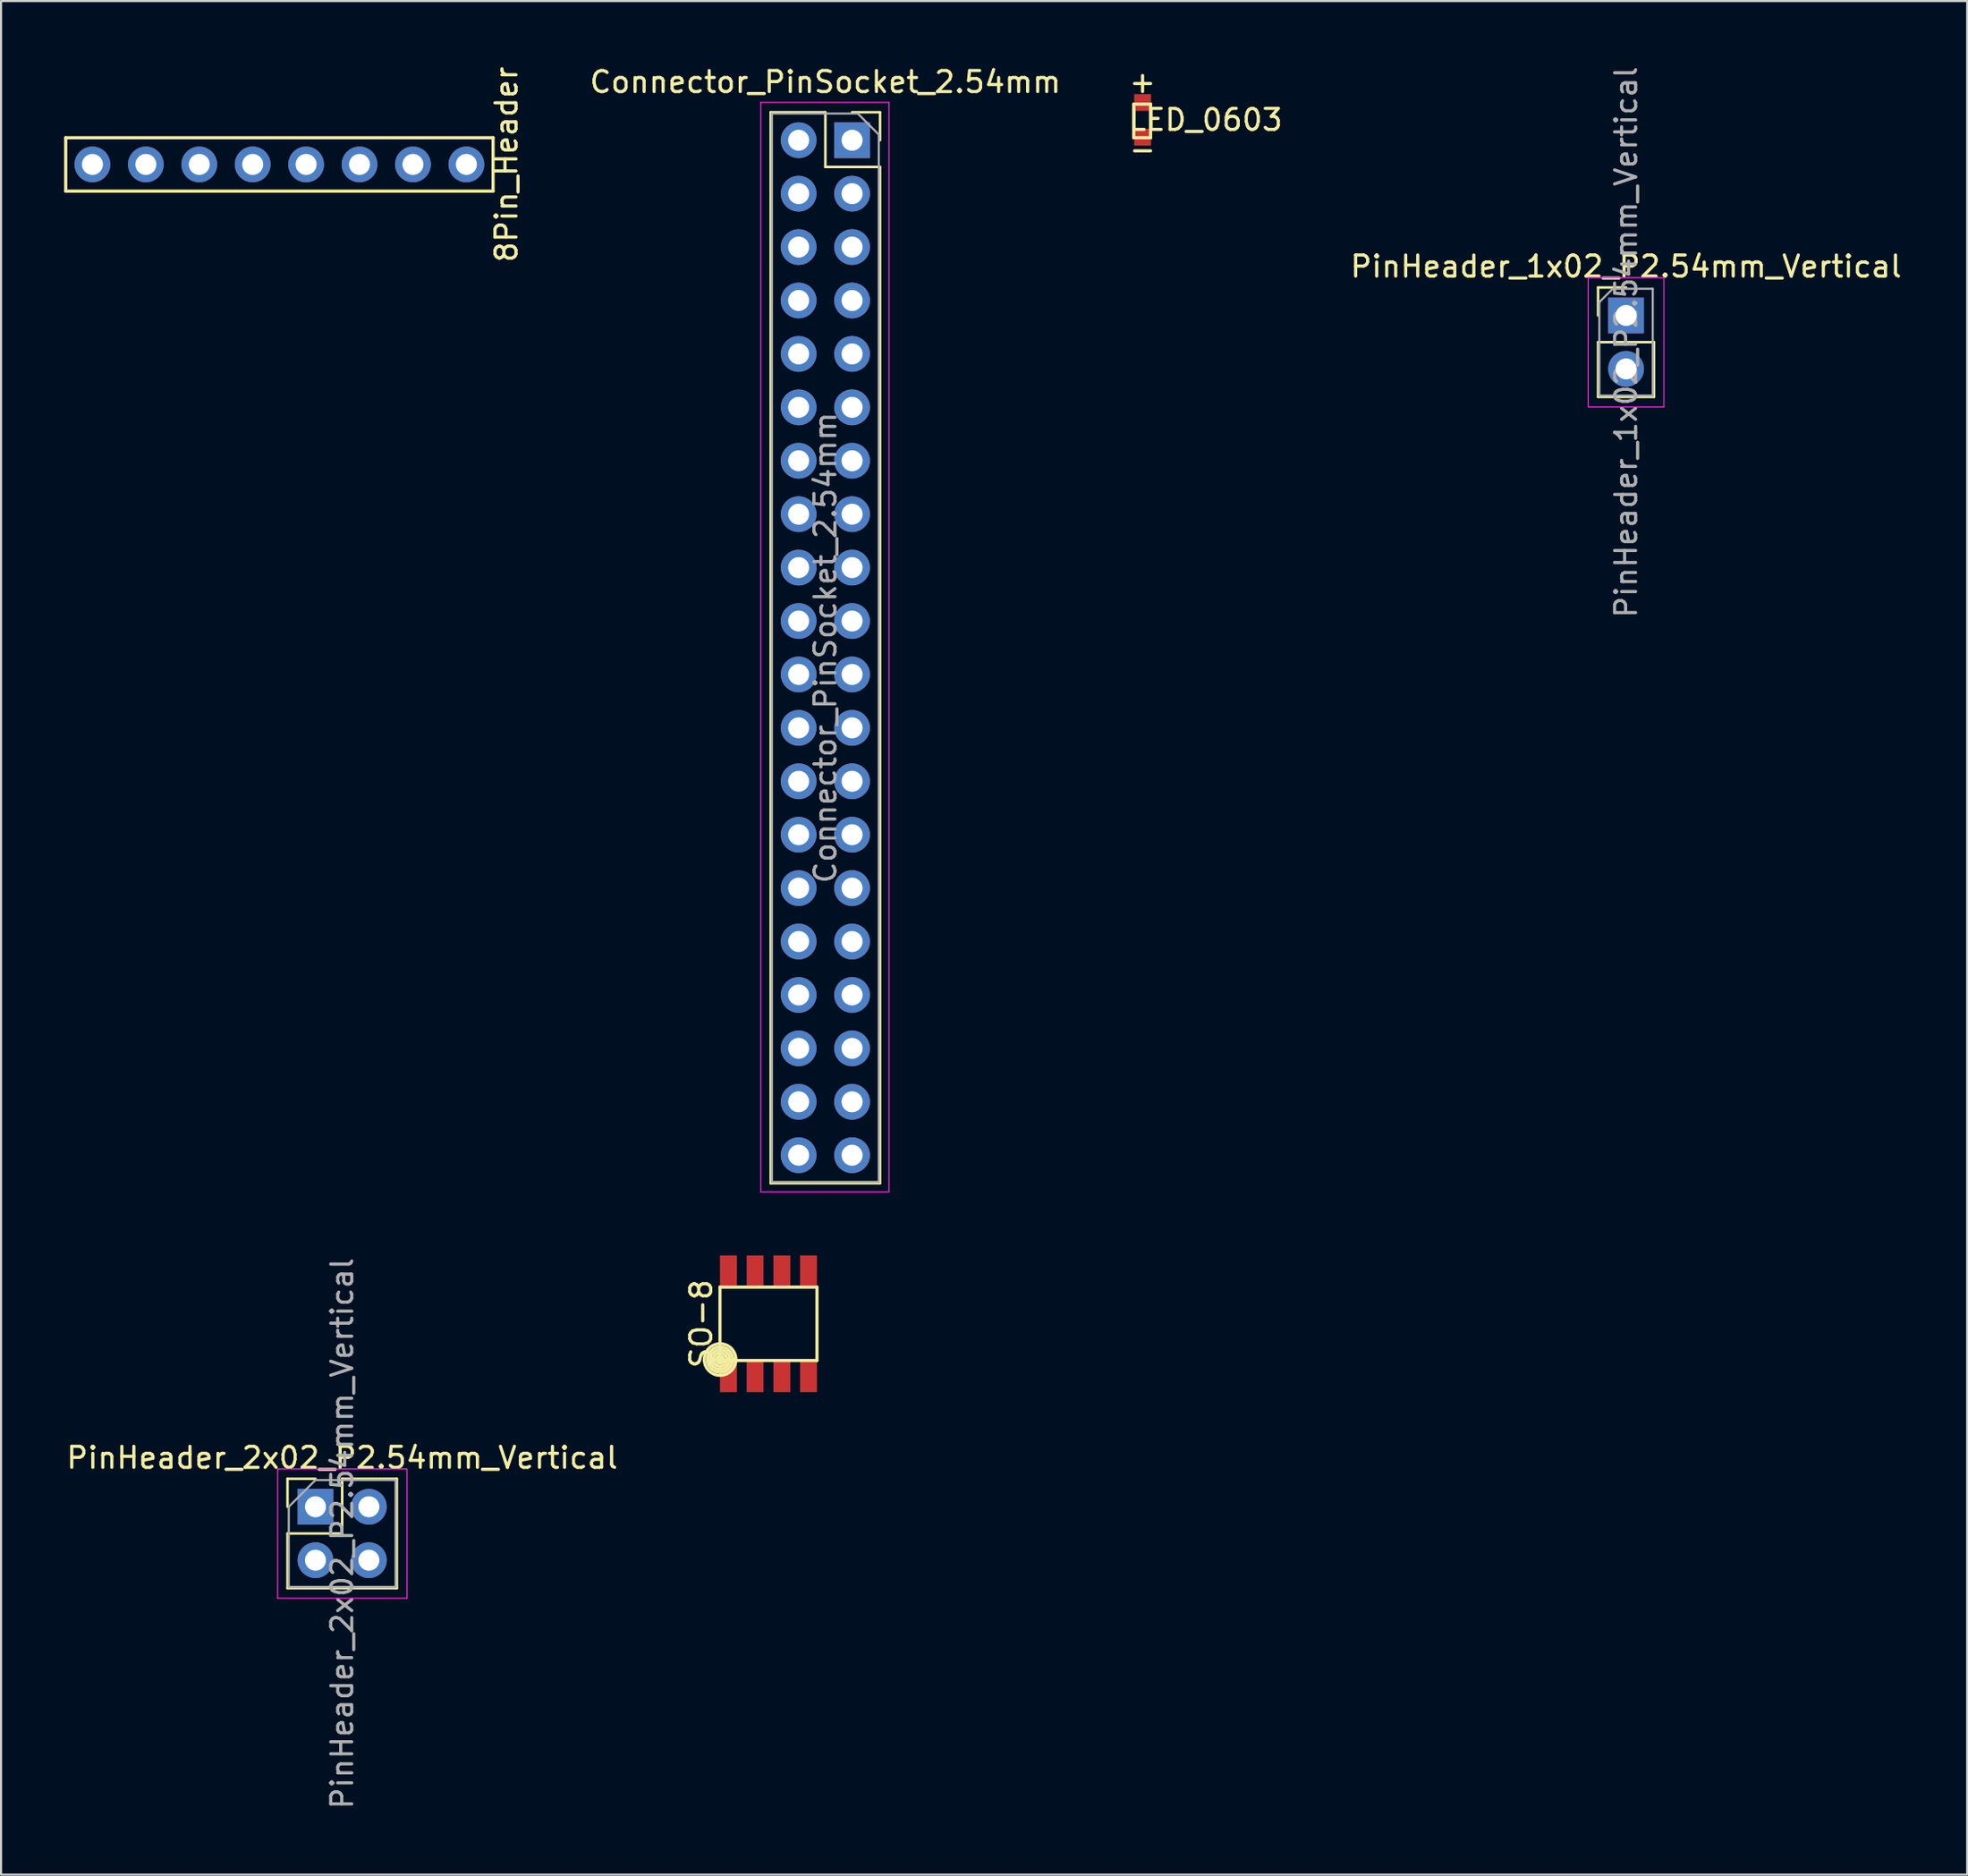
<source format=kicad_pcb>
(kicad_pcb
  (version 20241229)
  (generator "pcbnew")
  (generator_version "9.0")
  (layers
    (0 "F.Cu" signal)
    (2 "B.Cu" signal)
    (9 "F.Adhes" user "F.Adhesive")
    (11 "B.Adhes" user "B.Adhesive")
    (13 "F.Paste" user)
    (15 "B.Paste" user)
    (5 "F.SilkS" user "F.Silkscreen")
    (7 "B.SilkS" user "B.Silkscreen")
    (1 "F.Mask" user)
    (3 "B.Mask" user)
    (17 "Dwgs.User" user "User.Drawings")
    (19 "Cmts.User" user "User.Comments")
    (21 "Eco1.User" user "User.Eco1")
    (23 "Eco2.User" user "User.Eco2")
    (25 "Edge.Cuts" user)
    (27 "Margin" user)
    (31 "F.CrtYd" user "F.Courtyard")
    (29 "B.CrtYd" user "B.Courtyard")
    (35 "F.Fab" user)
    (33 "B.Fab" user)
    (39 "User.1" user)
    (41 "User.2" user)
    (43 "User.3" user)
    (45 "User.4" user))
  (footprint "8Pin_Header"
    (layer "F.Cu")
    (at 1.345 4.768)
    (property "Reference" "8Pin_Header" (at 19.685 0 90) (layer "F.SilkS") (effects (font (size 1 1) (thickness 0.15))))
    (attr through_hole)
    (fp_line (start -1.27 -1.27) (end -1.27 1.27) (stroke (width 0.15) (type solid)) (layer "F.SilkS"))
    (fp_line (start -1.27 1.27) (end 19.05 1.27) (stroke (width 0.15) (type solid)) (layer "F.SilkS"))
    (fp_line (start 19.05 -1.27) (end -1.27 -1.27) (stroke (width 0.15) (type solid)) (layer "F.SilkS"))
    (fp_line (start 19.05 1.27) (end 19.05 -1.27) (stroke (width 0.15) (type solid)) (layer "F.SilkS"))
    (pad "1" thru_hole circle (at 0 0) (size 1.7 1.7) (drill 1) (layers "*.Cu" "*.Mask"))
    (pad "2" thru_hole circle (at 2.54 0) (size 1.7 1.7) (drill 1) (layers "*.Cu" "*.Mask"))
    (pad "3" thru_hole circle (at 5.08 0) (size 1.7 1.7) (drill 1) (layers "*.Cu" "*.Mask"))
    (pad "4" thru_hole circle (at 7.62 0) (size 1.7 1.7) (drill 1) (layers "*.Cu" "*.Mask"))
    (pad "5" thru_hole circle (at 10.16 0) (size 1.7 1.7) (drill 1) (layers "*.Cu" "*.Mask"))
    (pad "6" thru_hole circle (at 12.7 0) (size 1.7 1.7) (drill 1) (layers "*.Cu" "*.Mask"))
    (pad "7" thru_hole circle (at 15.24 0) (size 1.7 1.7) (drill 1) (layers "*.Cu" "*.Mask"))
    (pad "8" thru_hole circle (at 17.78 0) (size 1.7 1.7) (drill 1) (layers "*.Cu" "*.Mask")))
  (footprint "Connector_PinSocket_2.54mm"
    (layer "F.Cu")
    (at 37.464 3.618)
    (property "Reference" "Connector_PinSocket_2.54mm" (at -1.27 -2.77 0) (layer "F.SilkS") (effects (font (size 1 1) (thickness 0.15))))
    (attr through_hole)
    (fp_line (start -3.87 -1.33) (end -3.87 49.59) (stroke (width 0.12) (type solid)) (layer "F.SilkS"))
    (fp_line (start -3.87 -1.33) (end -1.27 -1.33) (stroke (width 0.12) (type solid)) (layer "F.SilkS"))
    (fp_line (start -3.87 49.59) (end 1.33 49.59) (stroke (width 0.12) (type solid)) (layer "F.SilkS"))
    (fp_line (start -1.27 -1.33) (end -1.27 1.27) (stroke (width 0.12) (type solid)) (layer "F.SilkS"))
    (fp_line (start -1.27 1.27) (end 1.33 1.27) (stroke (width 0.12) (type solid)) (layer "F.SilkS"))
    (fp_line (start 0 -1.33) (end 1.33 -1.33) (stroke (width 0.12) (type solid)) (layer "F.SilkS"))
    (fp_line (start 1.33 -1.33) (end 1.33 0) (stroke (width 0.12) (type solid)) (layer "F.SilkS"))
    (fp_line (start 1.33 1.27) (end 1.33 49.59) (stroke (width 0.12) (type solid)) (layer "F.SilkS"))
    (fp_line (start -4.34 -1.8) (end 1.76 -1.8) (stroke (width 0.05) (type solid)) (layer "F.CrtYd"))
    (fp_line (start -4.34 50) (end -4.34 -1.8) (stroke (width 0.05) (type solid)) (layer "F.CrtYd"))
    (fp_line (start 1.76 -1.8) (end 1.76 50) (stroke (width 0.05) (type solid)) (layer "F.CrtYd"))
    (fp_line (start 1.76 50) (end -4.34 50) (stroke (width 0.05) (type solid)) (layer "F.CrtYd"))
    (fp_line (start -3.81 -1.27) (end 0.27 -1.27) (stroke (width 0.1) (type solid)) (layer "F.Fab"))
    (fp_line (start -3.81 49.53) (end -3.81 -1.27) (stroke (width 0.1) (type solid)) (layer "F.Fab"))
    (fp_line (start 0.27 -1.27) (end 1.27 -0.27) (stroke (width 0.1) (type solid)) (layer "F.Fab"))
    (fp_line (start 1.27 -0.27) (end 1.27 49.53) (stroke (width 0.1) (type solid)) (layer "F.Fab"))
    (fp_line (start 1.27 49.53) (end -3.81 49.53) (stroke (width 0.1) (type solid)) (layer "F.Fab"))
    (fp_text user "${REFERENCE}" (at -1.27 24.13 90) (layer "F.Fab") (effects (font (size 1 1) (thickness 0.15))))
    (pad "1" thru_hole rect (at 0 0) (size 1.7 1.7) (drill 1) (layers "*.Cu" "*.Mask"))
    (pad "2" thru_hole oval (at -2.54 0) (size 1.7 1.7) (drill 1) (layers "*.Cu" "*.Mask"))
    (pad "3" thru_hole oval (at 0 2.54) (size 1.7 1.7) (drill 1) (layers "*.Cu" "*.Mask"))
    (pad "4" thru_hole oval (at -2.54 2.54) (size 1.7 1.7) (drill 1) (layers "*.Cu" "*.Mask"))
    (pad "5" thru_hole oval (at 0 5.08) (size 1.7 1.7) (drill 1) (layers "*.Cu" "*.Mask"))
    (pad "6" thru_hole oval (at -2.54 5.08) (size 1.7 1.7) (drill 1) (layers "*.Cu" "*.Mask"))
    (pad "7" thru_hole oval (at 0 7.62) (size 1.7 1.7) (drill 1) (layers "*.Cu" "*.Mask"))
    (pad "8" thru_hole oval (at -2.54 7.62) (size 1.7 1.7) (drill 1) (layers "*.Cu" "*.Mask"))
    (pad "9" thru_hole oval (at 0 10.16) (size 1.7 1.7) (drill 1) (layers "*.Cu" "*.Mask"))
    (pad "10" thru_hole oval (at -2.54 10.16) (size 1.7 1.7) (drill 1) (layers "*.Cu" "*.Mask"))
    (pad "11" thru_hole oval (at 0 12.7) (size 1.7 1.7) (drill 1) (layers "*.Cu" "*.Mask"))
    (pad "12" thru_hole oval (at -2.54 12.7) (size 1.7 1.7) (drill 1) (layers "*.Cu" "*.Mask"))
    (pad "13" thru_hole oval (at 0 15.24) (size 1.7 1.7) (drill 1) (layers "*.Cu" "*.Mask"))
    (pad "14" thru_hole oval (at -2.54 15.24) (size 1.7 1.7) (drill 1) (layers "*.Cu" "*.Mask"))
    (pad "15" thru_hole oval (at 0 17.78) (size 1.7 1.7) (drill 1) (layers "*.Cu" "*.Mask"))
    (pad "16" thru_hole oval (at -2.54 17.78) (size 1.7 1.7) (drill 1) (layers "*.Cu" "*.Mask"))
    (pad "17" thru_hole oval (at 0 20.32) (size 1.7 1.7) (drill 1) (layers "*.Cu" "*.Mask"))
    (pad "18" thru_hole oval (at -2.54 20.32) (size 1.7 1.7) (drill 1) (layers "*.Cu" "*.Mask"))
    (pad "19" thru_hole oval (at 0 22.86) (size 1.7 1.7) (drill 1) (layers "*.Cu" "*.Mask"))
    (pad "20" thru_hole oval (at -2.54 22.86) (size 1.7 1.7) (drill 1) (layers "*.Cu" "*.Mask"))
    (pad "21" thru_hole oval (at 0 25.4) (size 1.7 1.7) (drill 1) (layers "*.Cu" "*.Mask"))
    (pad "22" thru_hole oval (at -2.54 25.4) (size 1.7 1.7) (drill 1) (layers "*.Cu" "*.Mask"))
    (pad "23" thru_hole oval (at 0 27.94) (size 1.7 1.7) (drill 1) (layers "*.Cu" "*.Mask"))
    (pad "24" thru_hole oval (at -2.54 27.94) (size 1.7 1.7) (drill 1) (layers "*.Cu" "*.Mask"))
    (pad "25" thru_hole oval (at 0 30.48) (size 1.7 1.7) (drill 1) (layers "*.Cu" "*.Mask"))
    (pad "26" thru_hole oval (at -2.54 30.48) (size 1.7 1.7) (drill 1) (layers "*.Cu" "*.Mask"))
    (pad "27" thru_hole oval (at 0 33.02) (size 1.7 1.7) (drill 1) (layers "*.Cu" "*.Mask"))
    (pad "28" thru_hole oval (at -2.54 33.02) (size 1.7 1.7) (drill 1) (layers "*.Cu" "*.Mask"))
    (pad "29" thru_hole oval (at 0 35.56) (size 1.7 1.7) (drill 1) (layers "*.Cu" "*.Mask"))
    (pad "30" thru_hole oval (at -2.54 35.56) (size 1.7 1.7) (drill 1) (layers "*.Cu" "*.Mask"))
    (pad "31" thru_hole oval (at 0 38.1) (size 1.7 1.7) (drill 1) (layers "*.Cu" "*.Mask"))
    (pad "32" thru_hole oval (at -2.54 38.1) (size 1.7 1.7) (drill 1) (layers "*.Cu" "*.Mask"))
    (pad "33" thru_hole oval (at 0 40.64) (size 1.7 1.7) (drill 1) (layers "*.Cu" "*.Mask"))
    (pad "34" thru_hole oval (at -2.54 40.64) (size 1.7 1.7) (drill 1) (layers "*.Cu" "*.Mask"))
    (pad "35" thru_hole oval (at 0 43.18) (size 1.7 1.7) (drill 1) (layers "*.Cu" "*.Mask"))
    (pad "36" thru_hole oval (at -2.54 43.18) (size 1.7 1.7) (drill 1) (layers "*.Cu" "*.Mask"))
    (pad "37" thru_hole oval (at 0 45.72) (size 1.7 1.7) (drill 1) (layers "*.Cu" "*.Mask"))
    (pad "38" thru_hole oval (at -2.54 45.72) (size 1.7 1.7) (drill 1) (layers "*.Cu" "*.Mask"))
    (pad "39" thru_hole oval (at 0 48.26) (size 1.7 1.7) (drill 1) (layers "*.Cu" "*.Mask"))
    (pad "40" thru_hole oval (at -2.54 48.26) (size 1.7 1.7) (drill 1) (layers "*.Cu" "*.Mask")))
  (footprint "LED_0603"
    (layer "F.Cu")
    (at 51.277 2.648)
    (property "Reference" "LED_0603" (at 3 0 180) (layer "F.SilkS") (effects (font (size 1 1) (thickness 0.15))))
    (attr through_hole)
    (fp_line (start -0.42 -0.748) (end -0.42 0.852) (stroke (width 0.15) (type solid)) (layer "F.SilkS"))
    (fp_line (start -0.42 0.852) (end 0.38 0.852) (stroke (width 0.15) (type solid)) (layer "F.SilkS"))
    (fp_line (start 0.38 -0.748) (end -0.42 -0.748) (stroke (width 0.15) (type solid)) (layer "F.SilkS"))
    (fp_line (start 0.38 0.852) (end 0.38 -0.748) (stroke (width 0.15) (type solid)) (layer "F.SilkS"))
    (fp_text user "+" (at 0 -1.8 0) (layer "F.SilkS") (effects (font (size 1 1) (thickness 0.15))))
    (fp_text user "-" (at 0 1.4 0) (layer "F.SilkS") (effects (font (size 1 1) (thickness 0.15))))
    (pad "1" smd rect (at 0 -0.825) (size 0.8 0.8) (layers "F.Cu" "F.Mask" "F.Paste"))
    (pad "2" smd rect (at 0 0.825) (size 0.8 0.8) (layers "F.Cu" "F.Mask" "F.Paste")))
  (footprint "PinHeader_1x02_P2.54mm_Vertical"
    (layer "F.Cu")
    (at 74.265 11.95)
    (property "Reference" "PinHeader_1x02_P2.54mm_Vertical" (at 0 -2.33 0) (layer "F.SilkS") (effects (font (size 1 1) (thickness 0.15))))
    (attr through_hole)
    (fp_line (start -1.33 -1.33) (end 0 -1.33) (stroke (width 0.12) (type solid)) (layer "F.SilkS"))
    (fp_line (start -1.33 0) (end -1.33 -1.33) (stroke (width 0.12) (type solid)) (layer "F.SilkS"))
    (fp_line (start -1.33 1.27) (end -1.33 3.87) (stroke (width 0.12) (type solid)) (layer "F.SilkS"))
    (fp_line (start -1.33 1.27) (end 1.33 1.27) (stroke (width 0.12) (type solid)) (layer "F.SilkS"))
    (fp_line (start -1.33 3.87) (end 1.33 3.87) (stroke (width 0.12) (type solid)) (layer "F.SilkS"))
    (fp_line (start 1.33 1.27) (end 1.33 3.87) (stroke (width 0.12) (type solid)) (layer "F.SilkS"))
    (fp_line (start -1.8 -1.8) (end -1.8 4.35) (stroke (width 0.05) (type solid)) (layer "F.CrtYd"))
    (fp_line (start -1.8 4.35) (end 1.8 4.35) (stroke (width 0.05) (type solid)) (layer "F.CrtYd"))
    (fp_line (start 1.8 -1.8) (end -1.8 -1.8) (stroke (width 0.05) (type solid)) (layer "F.CrtYd"))
    (fp_line (start 1.8 4.35) (end 1.8 -1.8) (stroke (width 0.05) (type solid)) (layer "F.CrtYd"))
    (fp_line (start -1.27 -0.635) (end -0.635 -1.27) (stroke (width 0.1) (type solid)) (layer "F.Fab"))
    (fp_line (start -1.27 3.81) (end -1.27 -0.635) (stroke (width 0.1) (type solid)) (layer "F.Fab"))
    (fp_line (start -0.635 -1.27) (end 1.27 -1.27) (stroke (width 0.1) (type solid)) (layer "F.Fab"))
    (fp_line (start 1.27 -1.27) (end 1.27 3.81) (stroke (width 0.1) (type solid)) (layer "F.Fab"))
    (fp_line (start 1.27 3.81) (end -1.27 3.81) (stroke (width 0.1) (type solid)) (layer "F.Fab"))
    (fp_text user "${REFERENCE}" (at 0 1.27 90) (layer "F.Fab") (effects (font (size 1 1) (thickness 0.15))))
    (pad "1" thru_hole rect (at 0 0) (size 1.7 1.7) (drill 1) (layers "*.Cu" "*.Mask"))
    (pad "2" thru_hole oval (at 0 2.54) (size 1.7 1.7) (drill 1) (layers "*.Cu" "*.Mask")))
  (footprint "SO-8"
    (layer "F.Cu")
    (at 33.489 59.893)
    (property "Reference" "SO-8" (at -3.2 0 90) (layer "F.SilkS") (effects (font (size 1 1) (thickness 0.15))))
    (attr through_hole)
    (fp_line (start -2.306 -1.745) (end 2.306 -1.745) (stroke (width 0.15) (type solid)) (layer "F.SilkS"))
    (fp_line (start -2.306 1.745) (end -2.306 -1.745) (stroke (width 0.15) (type solid)) (layer "F.SilkS"))
    (fp_line (start -2.306 1.745) (end 2.306 1.745) (stroke (width 0.15) (type solid)) (layer "F.SilkS"))
    (fp_line (start 2.306 1.745) (end 2.306 -1.745) (stroke (width 0.15) (type solid)) (layer "F.SilkS"))
    (fp_circle (center -2.3 1.7) (end -3.05 1.7) (stroke (width 0.15) (type solid)) (fill no) (layer "F.SilkS"))
    (fp_circle (center -2.3 1.7) (end -2.9 1.7) (stroke (width 0.15) (type solid)) (fill no) (layer "F.SilkS"))
    (fp_circle (center -2.3 1.7) (end -2.54 1.91) (stroke (width 0.15) (type solid)) (fill no) (layer "F.SilkS"))
    (fp_circle (center -2.3 1.7) (end -2.37 1.86) (stroke (width 0.15) (type solid)) (fill no) (layer "F.SilkS"))
    (fp_circle (center -2.3 1.7) (end -2.34 1.71) (stroke (width 0.15) (type solid)) (fill no) (layer "F.SilkS"))
    (fp_circle (center -2.3 1.7) (end -2.31 2.16) (stroke (width 0.15) (type solid)) (fill no) (layer "F.SilkS"))
    (pad "1" smd rect (at -1.905 2.498) (size 0.802 1.505) (layers "F.Cu" "F.Mask" "F.Paste"))
    (pad "2" smd rect (at -0.635 2.498) (size 0.802 1.505) (layers "F.Cu" "F.Mask" "F.Paste"))
    (pad "3" smd rect (at 0.635 2.498) (size 0.802 1.505) (layers "F.Cu" "F.Mask" "F.Paste"))
    (pad "4" smd rect (at 1.905 2.498) (size 0.802 1.505) (layers "F.Cu" "F.Mask" "F.Paste"))
    (pad "5" smd rect (at 1.905 -2.498) (size 0.802 1.505) (layers "F.Cu" "F.Mask" "F.Paste"))
    (pad "6" smd rect (at 0.635 -2.498) (size 0.802 1.505) (layers "F.Cu" "F.Mask" "F.Paste"))
    (pad "7" smd rect (at -0.635 -2.498) (size 0.802 1.505) (layers "F.Cu" "F.Mask" "F.Paste"))
    (pad "8" smd rect (at -1.905 -2.498) (size 0.802 1.505) (layers "F.Cu" "F.Mask" "F.Paste")))
  (footprint "PinHeader_2x02_P2.54mm_Vertical"
    (layer "F.Cu")
    (at 11.95 68.593)
    (property "Reference" "PinHeader_2x02_P2.54mm_Vertical" (at 1.27 -2.33 0) (layer "F.SilkS") (effects (font (size 1 1) (thickness 0.15))))
    (attr through_hole)
    (fp_line (start -1.33 -1.33) (end 0 -1.33) (stroke (width 0.12) (type solid)) (layer "F.SilkS"))
    (fp_line (start -1.33 0) (end -1.33 -1.33) (stroke (width 0.12) (type solid)) (layer "F.SilkS"))
    (fp_line (start -1.33 1.27) (end -1.33 3.87) (stroke (width 0.12) (type solid)) (layer "F.SilkS"))
    (fp_line (start -1.33 1.27) (end 1.27 1.27) (stroke (width 0.12) (type solid)) (layer "F.SilkS"))
    (fp_line (start -1.33 3.87) (end 3.87 3.87) (stroke (width 0.12) (type solid)) (layer "F.SilkS"))
    (fp_line (start 1.27 -1.33) (end 3.87 -1.33) (stroke (width 0.12) (type solid)) (layer "F.SilkS"))
    (fp_line (start 1.27 1.27) (end 1.27 -1.33) (stroke (width 0.12) (type solid)) (layer "F.SilkS"))
    (fp_line (start 3.87 -1.33) (end 3.87 3.87) (stroke (width 0.12) (type solid)) (layer "F.SilkS"))
    (fp_line (start -1.8 -1.8) (end -1.8 4.35) (stroke (width 0.05) (type solid)) (layer "F.CrtYd"))
    (fp_line (start -1.8 4.35) (end 4.35 4.35) (stroke (width 0.05) (type solid)) (layer "F.CrtYd"))
    (fp_line (start 4.35 -1.8) (end -1.8 -1.8) (stroke (width 0.05) (type solid)) (layer "F.CrtYd"))
    (fp_line (start 4.35 4.35) (end 4.35 -1.8) (stroke (width 0.05) (type solid)) (layer "F.CrtYd"))
    (fp_line (start -1.27 0) (end 0 -1.27) (stroke (width 0.1) (type solid)) (layer "F.Fab"))
    (fp_line (start -1.27 3.81) (end -1.27 0) (stroke (width 0.1) (type solid)) (layer "F.Fab"))
    (fp_line (start 0 -1.27) (end 3.81 -1.27) (stroke (width 0.1) (type solid)) (layer "F.Fab"))
    (fp_line (start 3.81 -1.27) (end 3.81 3.81) (stroke (width 0.1) (type solid)) (layer "F.Fab"))
    (fp_line (start 3.81 3.81) (end -1.27 3.81) (stroke (width 0.1) (type solid)) (layer "F.Fab"))
    (fp_text user "${REFERENCE}" (at 1.27 1.27 90) (layer "F.Fab") (effects (font (size 1 1) (thickness 0.15))))
    (pad "1" thru_hole rect (at 0 0) (size 1.7 1.7) (drill 1) (layers "*.Cu" "*.Mask"))
    (pad "2" thru_hole oval (at 2.54 0) (size 1.7 1.7) (drill 1) (layers "*.Cu" "*.Mask"))
    (pad "3" thru_hole oval (at 0 2.54) (size 1.7 1.7) (drill 1) (layers "*.Cu" "*.Mask"))
    (pad "4" thru_hole oval (at 2.54 2.54) (size 1.7 1.7) (drill 1) (layers "*.Cu" "*.Mask")))
  (gr_rect
    (start -3 -3)
    (end 90.485 86.084)
    (stroke (width 0.1) (type default))
    (fill no)
    (layer "Edge.Cuts")))
</source>
